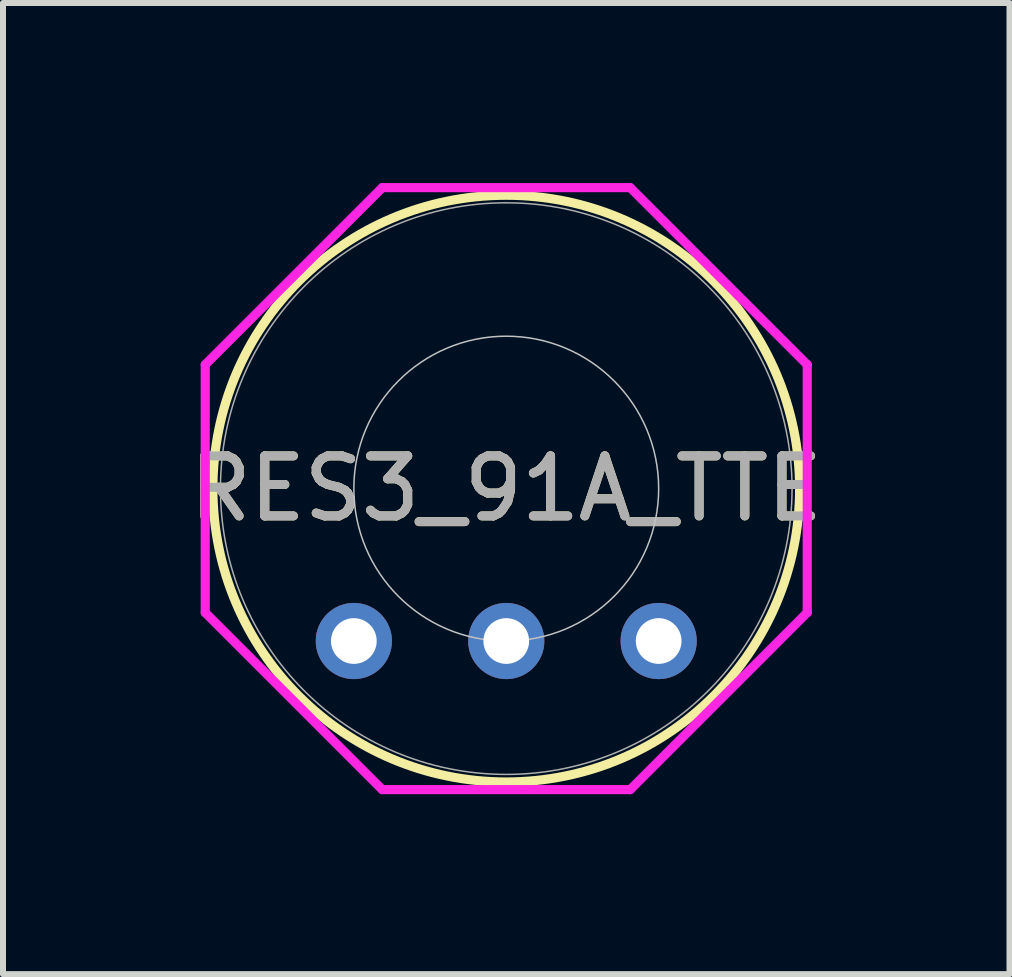
<source format=kicad_pcb>
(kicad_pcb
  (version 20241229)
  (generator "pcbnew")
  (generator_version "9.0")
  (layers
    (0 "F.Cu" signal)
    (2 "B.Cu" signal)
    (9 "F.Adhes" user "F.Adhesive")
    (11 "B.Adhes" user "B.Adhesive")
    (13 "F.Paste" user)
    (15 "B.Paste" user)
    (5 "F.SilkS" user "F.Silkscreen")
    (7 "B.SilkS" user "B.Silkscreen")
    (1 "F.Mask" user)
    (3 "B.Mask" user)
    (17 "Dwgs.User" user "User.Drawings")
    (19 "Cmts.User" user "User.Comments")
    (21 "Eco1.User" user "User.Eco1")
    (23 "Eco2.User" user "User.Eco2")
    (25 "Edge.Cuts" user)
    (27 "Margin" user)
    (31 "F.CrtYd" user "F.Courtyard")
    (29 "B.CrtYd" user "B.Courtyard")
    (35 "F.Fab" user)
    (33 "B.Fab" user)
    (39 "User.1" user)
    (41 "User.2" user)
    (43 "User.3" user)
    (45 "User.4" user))
  (footprint "RES3_91A_TTE"
    (layer "F.Cu")
    (at 2.847 7.633)
    (property "Reference" "RES3_91A_TTE" (at 2.54 -2.54 0) (unlocked yes) (layer "F.SilkS") (effects (font (size 1 1) (thickness 0.15))))
    (attr through_hole)
    (fp_circle (center 2.54 -2.54) (end 7.429 -2.54) (stroke (width 0.152) (type solid)) (fill no) (layer "F.SilkS"))
    (fp_circle (center 2.54 -2.54) (end 5.08 -2.54) (stroke (width 0.025) (type solid)) (fill no) (layer "Dwgs.User"))
    (fp_line (start -2.477 -4.606) (end 0.474 -7.556) (stroke (width 0.152) (type solid)) (layer "F.CrtYd"))
    (fp_line (start -2.477 -0.474) (end -2.477 -4.606) (stroke (width 0.152) (type solid)) (layer "F.CrtYd"))
    (fp_line (start 0.474 -7.556) (end 4.606 -7.556) (stroke (width 0.152) (type solid)) (layer "F.CrtYd"))
    (fp_line (start 0.474 2.477) (end -2.477 -0.474) (stroke (width 0.152) (type solid)) (layer "F.CrtYd"))
    (fp_line (start 4.606 -7.556) (end 7.556 -4.606) (stroke (width 0.152) (type solid)) (layer "F.CrtYd"))
    (fp_line (start 4.606 2.477) (end 0.474 2.477) (stroke (width 0.152) (type solid)) (layer "F.CrtYd"))
    (fp_line (start 7.556 -4.606) (end 7.556 -0.474) (stroke (width 0.152) (type solid)) (layer "F.CrtYd"))
    (fp_line (start 7.556 -0.474) (end 4.606 2.477) (stroke (width 0.152) (type solid)) (layer "F.CrtYd"))
    (fp_circle (center 2.54 -2.54) (end 7.303 -2.54) (stroke (width 0.025) (type solid)) (fill no) (layer "F.Fab"))
    (fp_text user "${REFERENCE}" (at 2.54 -2.54 0) (unlocked yes) (layer "F.Fab") (effects (font (size 1 1) (thickness 0.15))))
    (pad "1" thru_hole circle (at 0 0) (size 1.27 1.27) (drill 0.762) (layers "*.Cu" "*.Mask"))
    (pad "2" thru_hole circle (at 2.54 0) (size 1.27 1.27) (drill 0.762) (layers "*.Cu" "*.Mask"))
    (pad "3" thru_hole circle (at 5.08 0) (size 1.27 1.27) (drill 0.762) (layers "*.Cu" "*.Mask")))
  (gr_rect
    (start -3 -3)
    (end 13.774 13.185)
    (stroke (width 0.1) (type default))
    (fill no)
    (layer "Edge.Cuts")))
</source>
